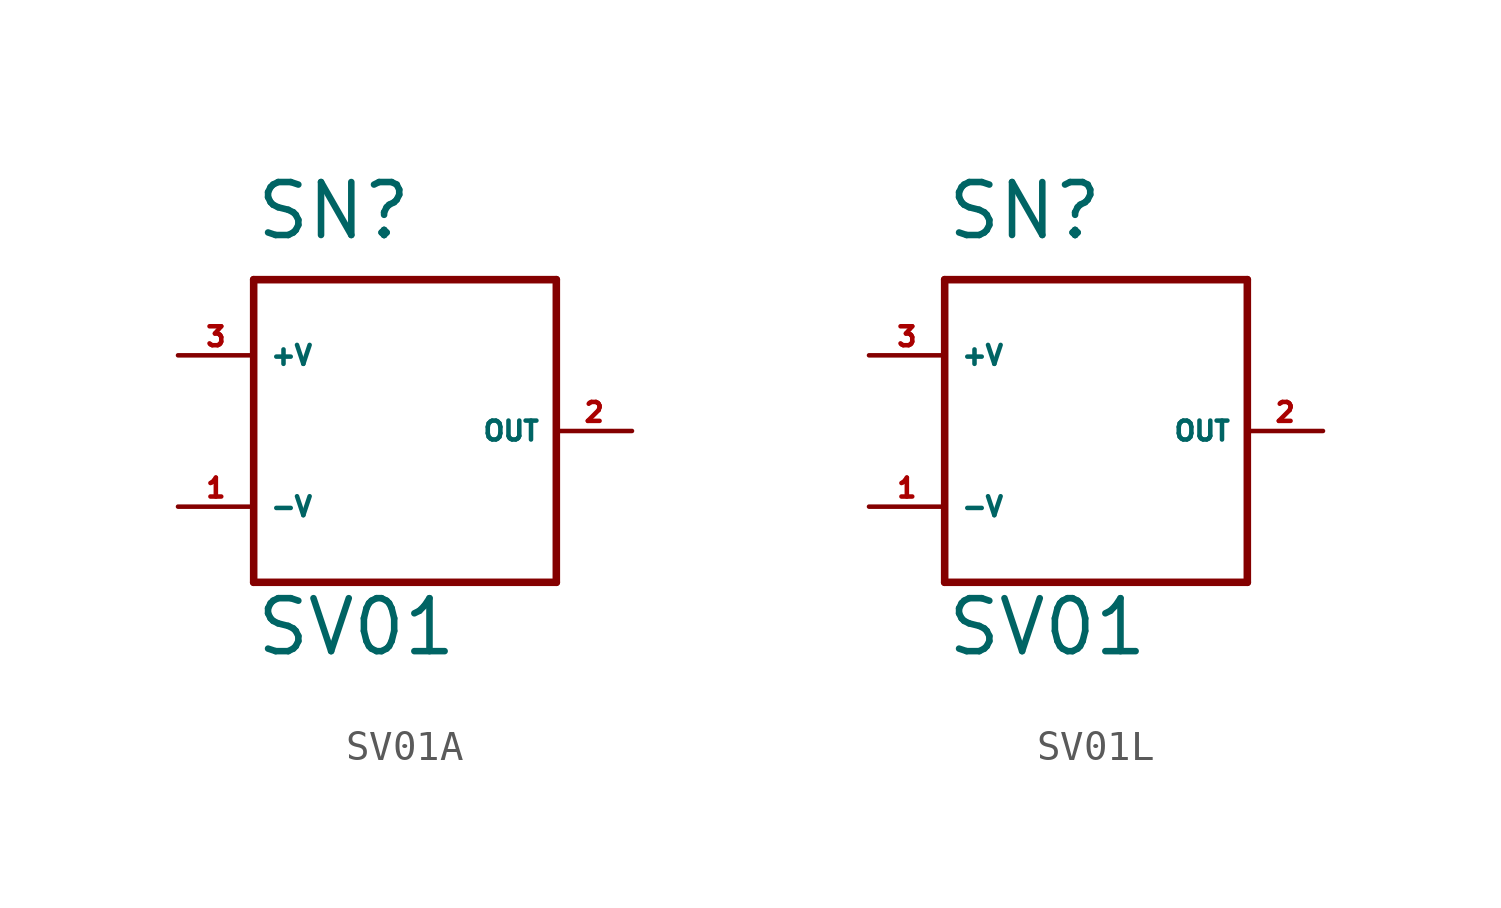
<source format=kicad_sym>
(kicad_symbol_lib
  (version 20220914)
  (generator Eagle2Kicad)
  (symbol "SV01A"
    (property "Reference" "SN"
      (at -5.08 6.35 0)
      (effects (font (size 1.778 1.778) (thickness 0.22)) (justify left bottom)))
    (property "Value" "SV01"
      (at -5.08 -7.62 0)
      (effects (font (size 1.778 1.778) (thickness 0.22)) (justify left bottom)))
    (polyline
      (pts (xy -5.08 5.08) (xy -5.08 -5.08))
      (stroke (width 0.254) (type default))
      (fill (type none)))
    (polyline
      (pts (xy -5.08 -5.08) (xy 5.08 -5.08))
      (stroke (width 0.254) (type default))
      (fill (type none)))
    (polyline
      (pts (xy 5.08 -5.08) (xy 5.08 5.08))
      (stroke (width 0.254) (type default))
      (fill (type none)))
    (polyline
      (pts (xy 5.08 5.08) (xy -5.08 5.08))
      (stroke (width 0.254) (type default))
      (fill (type none)))
    (pin passive line
      (at -7.62 2.54 0)
      (length 2.54)
      (name "+V" (effects (font (size 0.635 0.635) (thickness 0.08)) (justify left bottom)))
      (number "3" (effects (font (size 0.635 0.635) (thickness 0.08)) (justify left bottom))))
    (pin passive line
      (at -7.62 -2.54 0)
      (length 2.54)
      (name "-V" (effects (font (size 0.635 0.635) (thickness 0.08)) (justify left bottom)))
      (number "1" (effects (font (size 0.635 0.635) (thickness 0.08)) (justify left bottom))))
    (pin passive line
      (at 7.62 0 180)
      (length 2.54)
      (name "OUT" (effects (font (size 0.635 0.635) (thickness 0.08)) (justify left bottom)))
      (number "2" (effects (font (size 0.635 0.635) (thickness 0.08)) (justify left bottom)))))
  (symbol "SV01L"
    (property "Reference" "SN"
      (at -5.08 6.35 0)
      (effects (font (size 1.778 1.778) (thickness 0.22)) (justify left bottom)))
    (property "Value" "SV01"
      (at -5.08 -7.62 0)
      (effects (font (size 1.778 1.778) (thickness 0.22)) (justify left bottom)))
    (polyline
      (pts (xy -5.08 5.08) (xy -5.08 -5.08))
      (stroke (width 0.254) (type default))
      (fill (type none)))
    (polyline
      (pts (xy -5.08 -5.08) (xy 5.08 -5.08))
      (stroke (width 0.254) (type default))
      (fill (type none)))
    (polyline
      (pts (xy 5.08 -5.08) (xy 5.08 5.08))
      (stroke (width 0.254) (type default))
      (fill (type none)))
    (polyline
      (pts (xy 5.08 5.08) (xy -5.08 5.08))
      (stroke (width 0.254) (type default))
      (fill (type none)))
    (pin passive line
      (at -7.62 2.54 0)
      (length 2.54)
      (name "+V" (effects (font (size 0.635 0.635) (thickness 0.08)) (justify left bottom)))
      (number "3" (effects (font (size 0.635 0.635) (thickness 0.08)) (justify left bottom))))
    (pin passive line
      (at -7.62 -2.54 0)
      (length 2.54)
      (name "-V" (effects (font (size 0.635 0.635) (thickness 0.08)) (justify left bottom)))
      (number "1" (effects (font (size 0.635 0.635) (thickness 0.08)) (justify left bottom))))
    (pin passive line
      (at 7.62 0 180)
      (length 2.54)
      (name "OUT" (effects (font (size 0.635 0.635) (thickness 0.08)) (justify left bottom)))
      (number "2" (effects (font (size 0.635 0.635) (thickness 0.08)) (justify left bottom))))))
</source>
